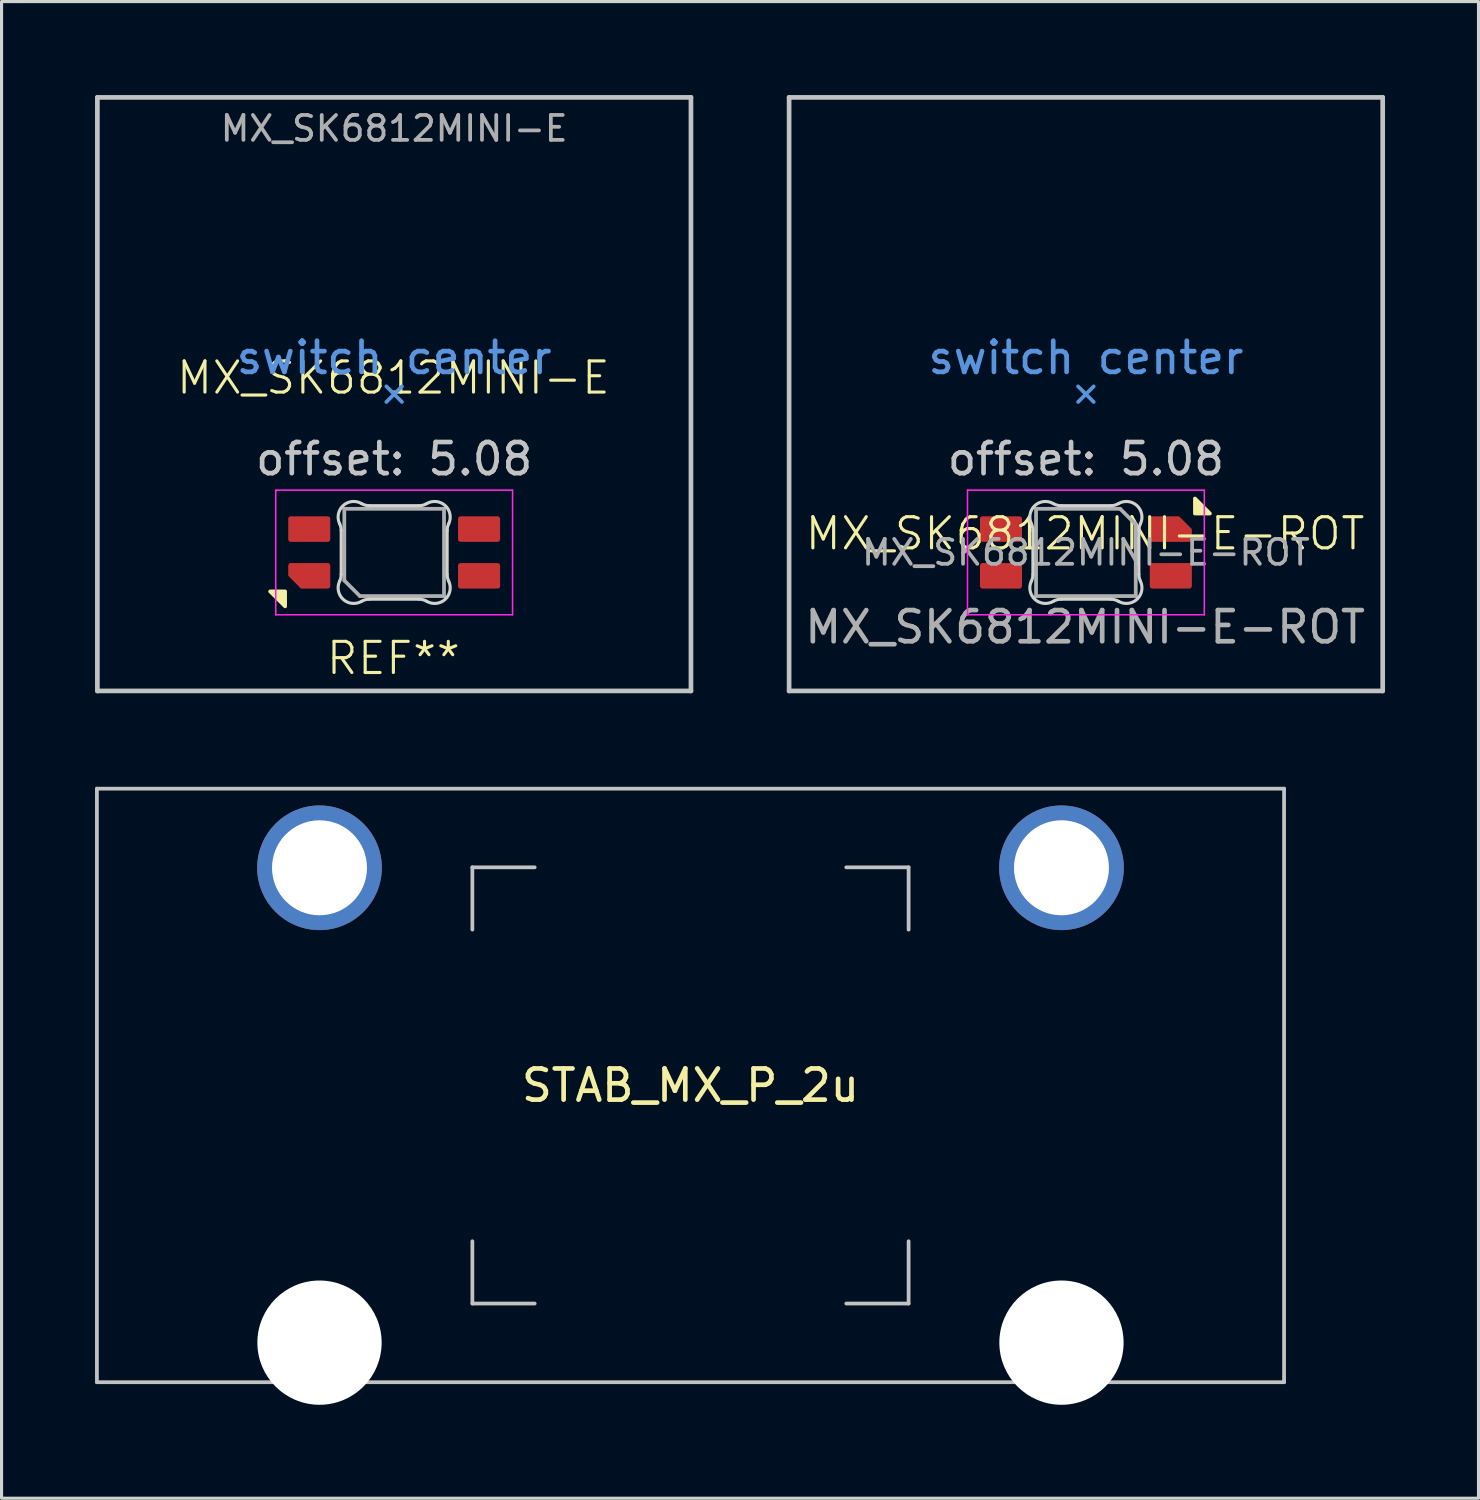
<source format=kicad_pcb>
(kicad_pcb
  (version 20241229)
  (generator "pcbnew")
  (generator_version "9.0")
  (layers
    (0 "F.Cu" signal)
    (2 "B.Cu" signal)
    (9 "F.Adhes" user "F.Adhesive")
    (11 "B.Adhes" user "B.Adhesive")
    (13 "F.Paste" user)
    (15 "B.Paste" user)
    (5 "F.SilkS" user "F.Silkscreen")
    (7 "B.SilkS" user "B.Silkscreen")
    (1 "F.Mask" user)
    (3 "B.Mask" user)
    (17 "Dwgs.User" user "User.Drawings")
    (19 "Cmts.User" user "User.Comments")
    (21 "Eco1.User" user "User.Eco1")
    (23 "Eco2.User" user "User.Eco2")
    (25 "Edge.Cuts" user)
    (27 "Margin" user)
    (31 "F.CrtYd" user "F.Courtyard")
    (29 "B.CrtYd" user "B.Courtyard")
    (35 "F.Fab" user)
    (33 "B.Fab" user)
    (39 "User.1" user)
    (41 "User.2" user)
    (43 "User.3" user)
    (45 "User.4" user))
  (footprint "STAB_MX_P_2u"
    (layer "F.Cu")
    (at 19.11 31.785)
    (property "Reference" "STAB_MX_P_2u" (at 0 0 0) (layer "F.SilkS") (effects (font (size 1 1) (thickness 0.15))))
    (attr through_hole exclude_from_pos_files exclude_from_bom)
    (fp_line (start -19.05 -9.525) (end -19.05 9.525) (stroke (width 0.12) (type solid)) (layer "Dwgs.User"))
    (fp_line (start -19.05 -9.525) (end 19.05 -9.525) (stroke (width 0.12) (type solid)) (layer "Dwgs.User"))
    (fp_line (start -19.05 9.525) (end 19.05 9.525) (stroke (width 0.12) (type solid)) (layer "Dwgs.User"))
    (fp_line (start -7 -7) (end -5 -7) (stroke (width 0.12) (type solid)) (layer "Dwgs.User"))
    (fp_line (start -7 -5) (end -7 -7) (stroke (width 0.12) (type solid)) (layer "Dwgs.User"))
    (fp_line (start -7 7) (end -7 5) (stroke (width 0.12) (type solid)) (layer "Dwgs.User"))
    (fp_line (start -5 7) (end -7 7) (stroke (width 0.12) (type solid)) (layer "Dwgs.User"))
    (fp_line (start 5 -7) (end 7 -7) (stroke (width 0.12) (type solid)) (layer "Dwgs.User"))
    (fp_line (start 5 7) (end 7 7) (stroke (width 0.12) (type solid)) (layer "Dwgs.User"))
    (fp_line (start 7 -7) (end 7 -5) (stroke (width 0.12) (type solid)) (layer "Dwgs.User"))
    (fp_line (start 7 7) (end 7 5) (stroke (width 0.12) (type solid)) (layer "Dwgs.User"))
    (fp_line (start 19.05 -9.525) (end 19.05 9.525) (stroke (width 0.12) (type solid)) (layer "Dwgs.User"))
    (fp_line (start -15.281 -5.5) (end -15.281 7.5) (stroke (width 0.05) (type solid)) (layer "Eco2.User"))
    (fp_line (start -14.781 -6) (end -9.031 -6) (stroke (width 0.05) (type solid)) (layer "Eco2.User"))
    (fp_line (start -14.781 8) (end -9.031 8) (stroke (width 0.05) (type solid)) (layer "Eco2.User"))
    (fp_line (start -8.531 -5.5) (end -8.531 7.5) (stroke (width 0.05) (type solid)) (layer "Eco2.User"))
    (fp_line (start 8.531 -5.5) (end 8.531 7.5) (stroke (width 0.05) (type solid)) (layer "Eco2.User"))
    (fp_line (start 9.031 -6) (end 14.78 -6) (stroke (width 0.05) (type solid)) (layer "Eco2.User"))
    (fp_line (start 9.031 8) (end 14.781 8) (stroke (width 0.05) (type solid)) (layer "Eco2.User"))
    (fp_line (start 15.28 -5.5) (end 15.281 7.5) (stroke (width 0.05) (type solid)) (layer "Eco2.User"))
    (fp_arc (start -15.28125 -5.499999) (mid -15.134803 -5.853552) (end -14.78125 -5.999999) (stroke (width 0.05) (type solid)) (layer "Eco2.User"))
    (fp_arc (start -14.78125 8.000001) (mid -15.134803 7.853554) (end -15.28125 7.500001) (stroke (width 0.05) (type solid)) (layer "Eco2.User"))
    (fp_arc (start -9.03125 -5.999999) (mid -8.677697 -5.853552) (end -8.53125 -5.499999) (stroke (width 0.05) (type solid)) (layer "Eco2.User"))
    (fp_arc (start -8.53125 7.500001) (mid -8.677697 7.853554) (end -9.03125 8.000001) (stroke (width 0.05) (type solid)) (layer "Eco2.User"))
    (fp_arc (start 8.53125 -5.499999) (mid 8.677697 -5.853552) (end 9.03125 -5.999999) (stroke (width 0.05) (type solid)) (layer "Eco2.User"))
    (fp_arc (start 9.03125 8.000001) (mid 8.677697 7.853554) (end 8.53125 7.500001) (stroke (width 0.05) (type solid)) (layer "Eco2.User"))
    (fp_arc (start 14.780039 -5.999999) (mid 15.133592 -5.853552) (end 15.280039 -5.499999) (stroke (width 0.05) (type solid)) (layer "Eco2.User"))
    (fp_arc (start 15.28125 7.500001) (mid 15.134803 7.853554) (end 14.78125 8.000001) (stroke (width 0.05) (type solid)) (layer "Eco2.User"))
    (pad "" thru_hole circle (at -11.906 -6.985) (size 4 4) (drill 3.048) (layers "*.Cu" "B.Mask"))
    (pad "" np_thru_hole circle (at -11.906 8.255) (size 3.988 3.988) (drill 3.988) (layers "*.Cu" "*.Mask"))
    (pad "" thru_hole circle (at 11.906 -6.985) (size 4 4) (drill 3.048) (layers "*.Cu" "B.Mask"))
    (pad "" np_thru_hole circle (at 11.906 8.255) (size 3.988 3.988) (drill 3.988) (layers "*.Cu" "*.Mask")))
  (footprint "MX_SK6812MINI-E"
    (layer "F.Cu")
    (at 9.575 14.575)
    (property "Reference" "MX_SK6812MINI-E" (at 0 -5.5 0) (unlocked yes) (layer "F.SilkS") (effects (font (size 1 1) (thickness 0.1))))
    (fp_poly (pts (xy -3.475 1.355) (xy -3.475 1.835) (xy -3.955 1.355) (xy -3.475 1.355)) (stroke (width 0.12) (type solid)) (fill yes) (layer "F.SilkS"))
    (fp_line (start -9.5 -14.5) (end -9.5 4.55) (stroke (width 0.15) (type solid)) (layer "Dwgs.User"))
    (fp_line (start -9.5 4.55) (end 9.55 4.55) (stroke (width 0.15) (type solid)) (layer "Dwgs.User"))
    (fp_line (start 9.55 -14.5) (end -9.5 -14.5) (stroke (width 0.15) (type solid)) (layer "Dwgs.User"))
    (fp_line (start 9.55 4.55) (end 9.55 -14.5) (stroke (width 0.15) (type solid)) (layer "Dwgs.User"))
    (fp_line (start -0.225 -4.725) (end 0.025 -4.975) (stroke (width 0.12) (type solid)) (layer "Cmts.User"))
    (fp_line (start 0.025 -4.975) (end -0.225 -5.225) (stroke (width 0.12) (type solid)) (layer "Cmts.User"))
    (fp_line (start 0.025 -4.975) (end 0.275 -5.225) (stroke (width 0.12) (type solid)) (layer "Cmts.User"))
    (fp_line (start 0.275 -4.725) (end 0.025 -4.975) (stroke (width 0.12) (type solid)) (layer "Cmts.User"))
    (fp_line (start -1.675 -0.598) (end -1.675 0.808) (stroke (width 0.1) (type solid)) (layer "Edge.Cuts"))
    (fp_line (start -0.769 1.605) (end 0.819 1.605) (stroke (width 0.1) (type solid)) (layer "Edge.Cuts"))
    (fp_line (start 0.819 -1.395) (end -0.769 -1.395) (stroke (width 0.1) (type solid)) (layer "Edge.Cuts"))
    (fp_line (start 1.725 0.808) (end 1.725 -0.598) (stroke (width 0.1) (type solid)) (layer "Edge.Cuts"))
    (fp_arc (start -1.724484 -0.814721) (mid -1.687518 -0.70907) (end -1.674999 -0.597844) (stroke (width 0.1) (type solid)) (layer "Edge.Cuts"))
    (fp_arc (start -1.724484 -0.814721) (mid -1.613078 -1.399021) (end -1.021711 -1.463299) (stroke (width 0.1) (type solid)) (layer "Edge.Cuts"))
    (fp_arc (start -1.674999 0.807841) (mid -1.687536 0.919064) (end -1.724484 1.024719) (stroke (width 0.1) (type solid)) (layer "Edge.Cuts"))
    (fp_arc (start -1.021711 1.673298) (mid -1.613107 1.60905) (end -1.724484 1.024718) (stroke (width 0.1) (type solid)) (layer "Edge.Cuts"))
    (fp_arc (start -1.021711 1.673298) (mid -0.900121 1.622387) (end -0.769452 1.604999) (stroke (width 0.1) (type solid)) (layer "Edge.Cuts"))
    (fp_arc (start -0.769453 -1.395) (mid -0.900128 -1.412365) (end -1.021711 -1.463299) (stroke (width 0.1) (type solid)) (layer "Edge.Cuts"))
    (fp_arc (start 0.819452 1.604999) (mid 0.950117 1.622388) (end 1.07171 1.673298) (stroke (width 0.1) (type solid)) (layer "Edge.Cuts"))
    (fp_arc (start 1.071711 -1.4633) (mid 0.950122 -1.412389) (end 0.819453 -1.395001) (stroke (width 0.1) (type solid)) (layer "Edge.Cuts"))
    (fp_arc (start 1.071711 -1.4633) (mid 1.663107 -1.399052) (end 1.774484 -0.814721) (stroke (width 0.1) (type solid)) (layer "Edge.Cuts"))
    (fp_arc (start 1.724999 -0.597843) (mid 1.737536 -0.709066) (end 1.774484 -0.814721) (stroke (width 0.1) (type solid)) (layer "Edge.Cuts"))
    (fp_arc (start 1.774484 1.024719) (mid 1.663079 1.609022) (end 1.071711 1.673296) (stroke (width 0.1) (type solid)) (layer "Edge.Cuts"))
    (fp_arc (start 1.774484 1.024719) (mid 1.737518 0.919069) (end 1.724999 0.807842) (stroke (width 0.1) (type solid)) (layer "Edge.Cuts"))
    (fp_line (start -3.775 -1.895) (end 3.825 -1.895) (stroke (width 0.05) (type solid)) (layer "F.CrtYd"))
    (fp_line (start -3.775 2.105) (end -3.775 -1.895) (stroke (width 0.05) (type solid)) (layer "F.CrtYd"))
    (fp_line (start 3.825 -1.895) (end 3.825 2.105) (stroke (width 0.05) (type solid)) (layer "F.CrtYd"))
    (fp_line (start 3.825 2.105) (end -3.775 2.105) (stroke (width 0.05) (type solid)) (layer "F.CrtYd"))
    (fp_line (start -1.575 -1.295) (end 1.625 -1.295) (stroke (width 0.12) (type solid)) (layer "F.Fab"))
    (fp_line (start -1.575 1.005) (end -1.575 -1.295) (stroke (width 0.12) (type solid)) (layer "F.Fab"))
    (fp_line (start -1.575 1.005) (end -1.075 1.505) (stroke (width 0.12) (type solid)) (layer "F.Fab"))
    (fp_line (start 1.625 -1.295) (end 1.625 1.505) (stroke (width 0.12) (type solid)) (layer "F.Fab"))
    (fp_line (start 1.625 1.505) (end -1.075 1.505) (stroke (width 0.12) (type solid)) (layer "F.Fab"))
    (fp_text user "REF**" (at 0 3.5 0) (unlocked yes) (layer "F.SilkS") (effects (font (size 1 1) (thickness 0.1))))
    (fp_text user "offset: 5.08" (at 0.025 -2.895 0) (layer "Dwgs.User") (effects (font (size 1 1) (thickness 0.15))))
    (fp_text user "switch center" (at 0.025 -6.145 0) (layer "Cmts.User") (effects (font (size 1 1) (thickness 0.15))))
    (fp_text user "${REFERENCE}" (at 0.025 -13.5 0) (layer "F.Fab") (effects (font (size 0.8 0.8) (thickness 0.12))))
    (pad "1" smd roundrect (at 2.75 -0.645 90) (size 0.82 1.35) (layers "F.Cu" "F.Mask" "F.Paste") (roundrect_rratio 0.1))
    (pad "2" smd roundrect (at 2.75 0.855 90) (size 0.82 1.35) (layers "F.Cu" "F.Mask" "F.Paste") (roundrect_rratio 0.1))
    (pad "3" smd roundrect (at -2.7 -0.645 90) (size 0.82 1.35) (layers "F.Cu" "F.Mask" "F.Paste") (roundrect_rratio 0.1))
    (pad "4" smd roundrect (at -2.7 0.855 90) (size 0.82 1.35) (layers "F.Cu" "F.Mask" "F.Paste") (roundrect_rratio 0.1) (chamfer_ratio 0.5) (chamfer top_left)))
  (footprint "MX_SK6812MINI-E-ROT"
    (layer "F.Cu")
    (at 31.775 14.575)
    (property "Reference" "MX_SK6812MINI-E-ROT" (at 0 -0.5 0) (unlocked yes) (layer "F.SilkS") (effects (font (size 1 1) (thickness 0.1))))
    (attr smd)
    (fp_poly (pts (xy 3.525 -1.145) (xy 3.525 -1.625) (xy 4.005 -1.145) (xy 3.525 -1.145)) (stroke (width 0.12) (type solid)) (fill yes) (layer "F.SilkS"))
    (fp_line (start -9.5 -14.5) (end -9.5 4.55) (stroke (width 0.15) (type solid)) (layer "Dwgs.User"))
    (fp_line (start -9.5 4.55) (end 9.55 4.55) (stroke (width 0.15) (type solid)) (layer "Dwgs.User"))
    (fp_line (start 9.55 -14.5) (end -9.5 -14.5) (stroke (width 0.15) (type solid)) (layer "Dwgs.User"))
    (fp_line (start 9.55 4.55) (end 9.55 -14.5) (stroke (width 0.15) (type solid)) (layer "Dwgs.User"))
    (fp_line (start -0.225 -4.725) (end 0.025 -4.975) (stroke (width 0.12) (type solid)) (layer "Cmts.User"))
    (fp_line (start 0.025 -4.975) (end -0.225 -5.225) (stroke (width 0.12) (type solid)) (layer "Cmts.User"))
    (fp_line (start 0.025 -4.975) (end 0.275 -5.225) (stroke (width 0.12) (type solid)) (layer "Cmts.User"))
    (fp_line (start 0.275 -4.725) (end 0.025 -4.975) (stroke (width 0.12) (type solid)) (layer "Cmts.User"))
    (fp_line (start -1.675 -0.598) (end -1.675 0.808) (stroke (width 0.1) (type solid)) (layer "Edge.Cuts"))
    (fp_line (start -0.769 1.605) (end 0.819 1.605) (stroke (width 0.1) (type solid)) (layer "Edge.Cuts"))
    (fp_line (start 0.819 -1.395) (end -0.769 -1.395) (stroke (width 0.1) (type solid)) (layer "Edge.Cuts"))
    (fp_line (start 1.725 0.808) (end 1.725 -0.598) (stroke (width 0.1) (type solid)) (layer "Edge.Cuts"))
    (fp_arc (start -1.724484 -0.814719) (mid -1.687519 -0.709068) (end -1.674999 -0.597842) (stroke (width 0.1) (type solid)) (layer "Edge.Cuts"))
    (fp_arc (start -1.724484 -0.814719) (mid -1.613079 -1.399022) (end -1.021711 -1.463296) (stroke (width 0.1) (type solid)) (layer "Edge.Cuts"))
    (fp_arc (start -1.674999 0.807843) (mid -1.687536 0.919066) (end -1.724484 1.024721) (stroke (width 0.1) (type solid)) (layer "Edge.Cuts"))
    (fp_arc (start -1.021711 1.6733) (mid -1.613107 1.609052) (end -1.724484 1.024721) (stroke (width 0.1) (type solid)) (layer "Edge.Cuts"))
    (fp_arc (start -1.021711 1.6733) (mid -0.900122 1.622389) (end -0.769453 1.605001) (stroke (width 0.1) (type solid)) (layer "Edge.Cuts"))
    (fp_arc (start -0.769452 -1.394999) (mid -0.900117 -1.412388) (end -1.02171 -1.463298) (stroke (width 0.1) (type solid)) (layer "Edge.Cuts"))
    (fp_arc (start 0.819453 1.605) (mid 0.950128 1.622365) (end 1.071711 1.673299) (stroke (width 0.1) (type solid)) (layer "Edge.Cuts"))
    (fp_arc (start 1.071711 -1.463298) (mid 0.950121 -1.412387) (end 0.819452 -1.394999) (stroke (width 0.1) (type solid)) (layer "Edge.Cuts"))
    (fp_arc (start 1.071711 -1.463298) (mid 1.663107 -1.39905) (end 1.774484 -0.814718) (stroke (width 0.1) (type solid)) (layer "Edge.Cuts"))
    (fp_arc (start 1.724999 -0.597841) (mid 1.737536 -0.709064) (end 1.774484 -0.814719) (stroke (width 0.1) (type solid)) (layer "Edge.Cuts"))
    (fp_arc (start 1.774484 1.024721) (mid 1.663078 1.609021) (end 1.071711 1.673299) (stroke (width 0.1) (type solid)) (layer "Edge.Cuts"))
    (fp_arc (start 1.774484 1.024721) (mid 1.73751 0.919072) (end 1.724999 0.807844) (stroke (width 0.1) (type solid)) (layer "Edge.Cuts"))
    (fp_line (start -3.775 -1.895) (end 3.825 -1.895) (stroke (width 0.05) (type solid)) (layer "F.CrtYd"))
    (fp_line (start -3.775 2.105) (end -3.775 -1.895) (stroke (width 0.05) (type solid)) (layer "F.CrtYd"))
    (fp_line (start 3.825 -1.895) (end 3.825 2.105) (stroke (width 0.05) (type solid)) (layer "F.CrtYd"))
    (fp_line (start 3.825 2.105) (end -3.775 2.105) (stroke (width 0.05) (type solid)) (layer "F.CrtYd"))
    (fp_line (start -1.575 -1.295) (end 1.125 -1.295) (stroke (width 0.12) (type solid)) (layer "F.Fab"))
    (fp_line (start -1.575 1.505) (end -1.575 -1.295) (stroke (width 0.12) (type solid)) (layer "F.Fab"))
    (fp_line (start 1.625 -0.795) (end 1.125 -1.295) (stroke (width 0.12) (type solid)) (layer "F.Fab"))
    (fp_line (start 1.625 -0.795) (end 1.625 1.505) (stroke (width 0.12) (type solid)) (layer "F.Fab"))
    (fp_line (start 1.625 1.505) (end -1.575 1.505) (stroke (width 0.12) (type solid)) (layer "F.Fab"))
    (fp_text user "offset: 5.08" (at 0.025 -2.895 0) (layer "Dwgs.User") (effects (font (size 1 1) (thickness 0.15))))
    (fp_text user "switch center" (at 0.025 -6.145 0) (layer "Cmts.User") (effects (font (size 1 1) (thickness 0.15))))
    (fp_text user "${REFERENCE}" (at 0 2.5 0) (unlocked yes) (layer "F.Fab") (effects (font (size 1 1) (thickness 0.15))))
    (fp_text user "${REFERENCE}" (at 0.025 0.105 0) (layer "F.Fab") (effects (font (size 0.8 0.8) (thickness 0.12))))
    (pad "1" smd roundrect (at -2.7 0.855 270) (size 0.82 1.35) (layers "F.Cu" "F.Mask" "F.Paste") (roundrect_rratio 0.1))
    (pad "2" smd roundrect (at -2.7 -0.645 270) (size 0.82 1.35) (layers "F.Cu" "F.Mask" "F.Paste") (roundrect_rratio 0.1))
    (pad "3" smd roundrect (at 2.75 0.855 270) (size 0.82 1.35) (layers "F.Cu" "F.Mask" "F.Paste") (roundrect_rratio 0.1))
    (pad "4" smd roundrect (at 2.75 -0.645 270) (size 0.82 1.35) (layers "F.Cu" "F.Mask" "F.Paste") (roundrect_rratio 0.1) (chamfer_ratio 0.5) (chamfer top_left)))
  (gr_rect
    (start -3 -3)
    (end 44.4 45.034)
    (stroke (width 0.1) (type default))
    (fill no)
    (layer "Edge.Cuts")))
</source>
